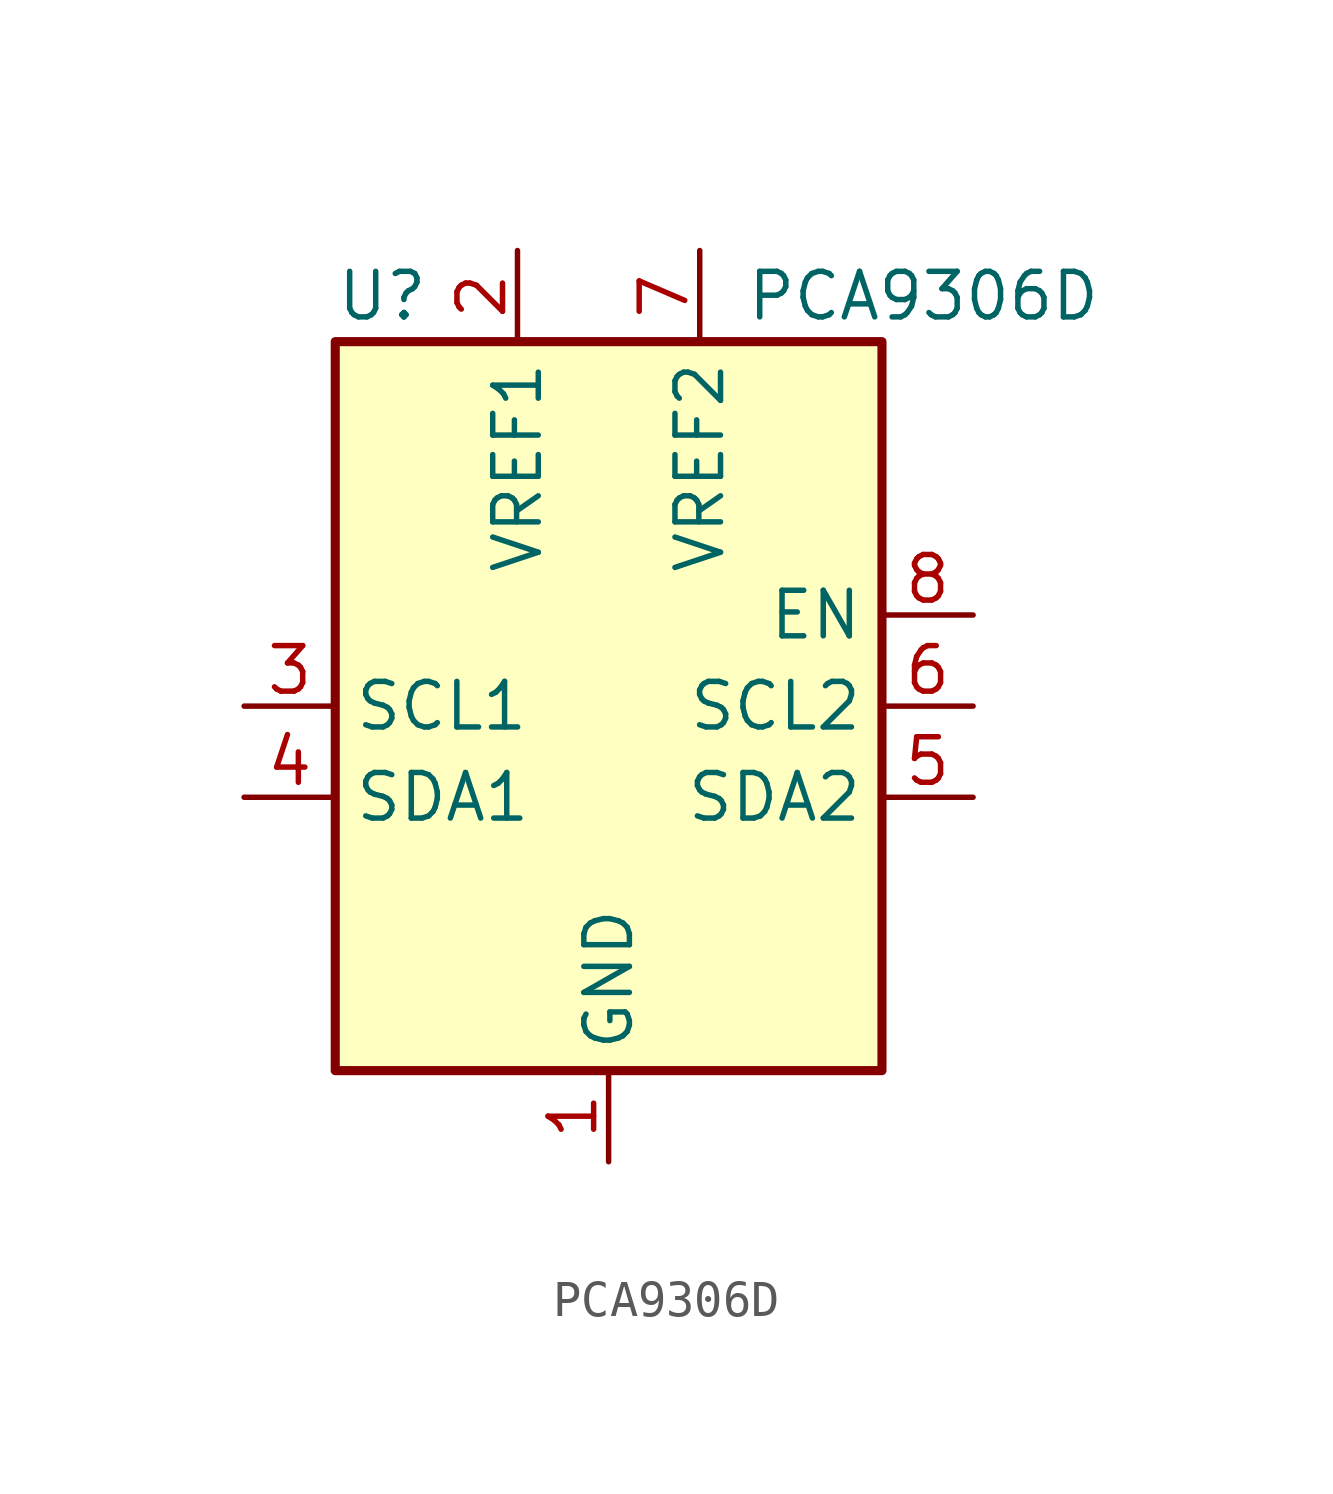
<source format=kicad_sym>
(kicad_symbol_lib
  (version 20211014)
  (generator kicad_symbol_editor)
  (symbol "PCA9306D"
    (property "Reference" "U"
      (at -7.62 11.43 0)
      (effects (font (size 1.27 1.27)) (justify left)))
    (property "Value" "PCA9306D"
      (at 3.81 11.43 0)
      (effects (font (size 1.27 1.27)) (justify left)))
    (symbol "PCA9306D_0_1"
      (rectangle (start -7.62 10.16) (end 7.62 -10.16) (stroke (width 0.254) (type default) (color 0 0 0 0)) (fill (type background))))
    (symbol "PCA9306D_1_1"
      (pin power_in line (at 0 -12.7 90) (length 2.54) (name "GND" (effects (font (size 1.27 1.27)))) (number "1" (effects (font (size 1.27 1.27)))))
      (pin power_in line (at -2.54 12.7 270) (length 2.54) (name "VREF1" (effects (font (size 1.27 1.27)))) (number "2" (effects (font (size 1.27 1.27)))))
      (pin bidirectional line (at -10.16 0 0) (length 2.54) (name "SCL1" (effects (font (size 1.27 1.27)))) (number "3" (effects (font (size 1.27 1.27)))))
      (pin bidirectional line (at -10.16 -2.54 0) (length 2.54) (name "SDA1" (effects (font (size 1.27 1.27)))) (number "4" (effects (font (size 1.27 1.27)))))
      (pin bidirectional line (at 10.16 -2.54 180) (length 2.54) (name "SDA2" (effects (font (size 1.27 1.27)))) (number "5" (effects (font (size 1.27 1.27)))))
      (pin bidirectional line (at 10.16 0 180) (length 2.54) (name "SCL2" (effects (font (size 1.27 1.27)))) (number "6" (effects (font (size 1.27 1.27)))))
      (pin power_in line (at 2.54 12.7 270) (length 2.54) (name "VREF2" (effects (font (size 1.27 1.27)))) (number "7" (effects (font (size 1.27 1.27)))))
      (pin input line (at 10.16 2.54 180) (length 2.54) (name "EN" (effects (font (size 1.27 1.27)))) (number "8" (effects (font (size 1.27 1.27))))))))
</source>
